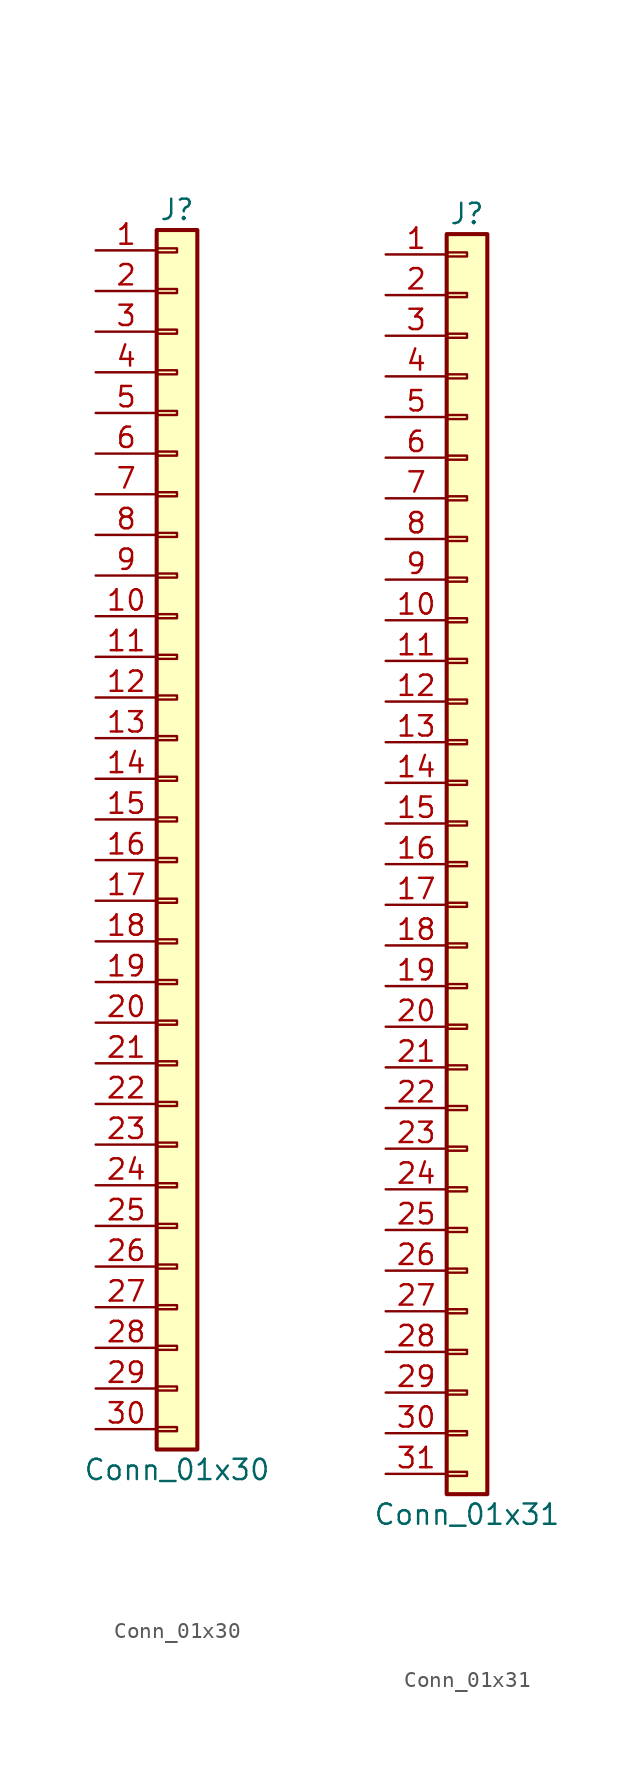
<source format=kicad_sym>
(kicad_symbol_lib
  (version 20201005)
  (generator kicad_symbol_editor)
  (symbol "Conn_01x30"
    (pin_names
      (offset 1.016) hide)
    (property "Reference" "J"
      (at 0 38.1 0)
      (effects (font (size 1.27 1.27))))
    (property "Value" "Conn_01x30"
      (at 0 -40.64 0)
      (effects (font (size 1.27 1.27))))
    (symbol "Conn_01x30_1_1"
      (rectangle (start -1.27 -37.973) (end 0 -38.227) (stroke (width 0.152)) (fill (type none)))
      (rectangle (start -1.27 -35.433) (end 0 -35.687) (stroke (width 0.152)) (fill (type none)))
      (rectangle (start -1.27 -32.893) (end 0 -33.147) (stroke (width 0.152)) (fill (type none)))
      (rectangle (start -1.27 -30.353) (end 0 -30.607) (stroke (width 0.152)) (fill (type none)))
      (rectangle (start -1.27 -27.813) (end 0 -28.067) (stroke (width 0.152)) (fill (type none)))
      (rectangle (start -1.27 -25.273) (end 0 -25.527) (stroke (width 0.152)) (fill (type none)))
      (rectangle (start -1.27 -22.733) (end 0 -22.987) (stroke (width 0.152)) (fill (type none)))
      (rectangle (start -1.27 -20.193) (end 0 -20.447) (stroke (width 0.152)) (fill (type none)))
      (rectangle (start -1.27 -17.653) (end 0 -17.907) (stroke (width 0.152)) (fill (type none)))
      (rectangle (start -1.27 -15.113) (end 0 -15.367) (stroke (width 0.152)) (fill (type none)))
      (rectangle (start -1.27 -12.573) (end 0 -12.827) (stroke (width 0.152)) (fill (type none)))
      (rectangle (start -1.27 -10.033) (end 0 -10.287) (stroke (width 0.152)) (fill (type none)))
      (rectangle (start -1.27 -7.493) (end 0 -7.747) (stroke (width 0.152)) (fill (type none)))
      (rectangle (start -1.27 -4.953) (end 0 -5.207) (stroke (width 0.152)) (fill (type none)))
      (rectangle (start -1.27 -2.413) (end 0 -2.667) (stroke (width 0.152)) (fill (type none)))
      (rectangle (start -1.27 0.127) (end 0 -0.127) (stroke (width 0.152)) (fill (type none)))
      (rectangle (start -1.27 2.667) (end 0 2.413) (stroke (width 0.152)) (fill (type none)))
      (rectangle (start -1.27 5.207) (end 0 4.953) (stroke (width 0.152)) (fill (type none)))
      (rectangle (start -1.27 7.747) (end 0 7.493) (stroke (width 0.152)) (fill (type none)))
      (rectangle (start -1.27 10.287) (end 0 10.033) (stroke (width 0.152)) (fill (type none)))
      (rectangle (start -1.27 12.827) (end 0 12.573) (stroke (width 0.152)) (fill (type none)))
      (rectangle (start -1.27 15.367) (end 0 15.113) (stroke (width 0.152)) (fill (type none)))
      (rectangle (start -1.27 17.907) (end 0 17.653) (stroke (width 0.152)) (fill (type none)))
      (rectangle (start -1.27 20.447) (end 0 20.193) (stroke (width 0.152)) (fill (type none)))
      (rectangle (start -1.27 22.987) (end 0 22.733) (stroke (width 0.152)) (fill (type none)))
      (rectangle (start -1.27 25.527) (end 0 25.273) (stroke (width 0.152)) (fill (type none)))
      (rectangle (start -1.27 28.067) (end 0 27.813) (stroke (width 0.152)) (fill (type none)))
      (rectangle (start -1.27 30.607) (end 0 30.353) (stroke (width 0.152)) (fill (type none)))
      (rectangle (start -1.27 33.147) (end 0 32.893) (stroke (width 0.152)) (fill (type none)))
      (rectangle (start -1.27 35.687) (end 0 35.433) (stroke (width 0.152)) (fill (type none)))
      (rectangle (start -1.27 36.83) (end 1.27 -39.37) (stroke (width 0.254)) (fill (type background)))
      (pin passive line (at -5.08 35.56 0) (length 3.81) (name "Pin_1" (effects (font (size 1.27 1.27)))) (number "1" (effects (font (size 1.27 1.27)))))
      (pin passive line (at -5.08 12.7 0) (length 3.81) (name "Pin_10" (effects (font (size 1.27 1.27)))) (number "10" (effects (font (size 1.27 1.27)))))
      (pin passive line (at -5.08 10.16 0) (length 3.81) (name "Pin_11" (effects (font (size 1.27 1.27)))) (number "11" (effects (font (size 1.27 1.27)))))
      (pin passive line (at -5.08 7.62 0) (length 3.81) (name "Pin_12" (effects (font (size 1.27 1.27)))) (number "12" (effects (font (size 1.27 1.27)))))
      (pin passive line (at -5.08 5.08 0) (length 3.81) (name "Pin_13" (effects (font (size 1.27 1.27)))) (number "13" (effects (font (size 1.27 1.27)))))
      (pin passive line (at -5.08 2.54 0) (length 3.81) (name "Pin_14" (effects (font (size 1.27 1.27)))) (number "14" (effects (font (size 1.27 1.27)))))
      (pin passive line (at -5.08 0 0) (length 3.81) (name "Pin_15" (effects (font (size 1.27 1.27)))) (number "15" (effects (font (size 1.27 1.27)))))
      (pin passive line (at -5.08 -2.54 0) (length 3.81) (name "Pin_16" (effects (font (size 1.27 1.27)))) (number "16" (effects (font (size 1.27 1.27)))))
      (pin passive line (at -5.08 -5.08 0) (length 3.81) (name "Pin_17" (effects (font (size 1.27 1.27)))) (number "17" (effects (font (size 1.27 1.27)))))
      (pin passive line (at -5.08 -7.62 0) (length 3.81) (name "Pin_18" (effects (font (size 1.27 1.27)))) (number "18" (effects (font (size 1.27 1.27)))))
      (pin passive line (at -5.08 -10.16 0) (length 3.81) (name "Pin_19" (effects (font (size 1.27 1.27)))) (number "19" (effects (font (size 1.27 1.27)))))
      (pin passive line (at -5.08 33.02 0) (length 3.81) (name "Pin_2" (effects (font (size 1.27 1.27)))) (number "2" (effects (font (size 1.27 1.27)))))
      (pin passive line (at -5.08 -12.7 0) (length 3.81) (name "Pin_20" (effects (font (size 1.27 1.27)))) (number "20" (effects (font (size 1.27 1.27)))))
      (pin passive line (at -5.08 -15.24 0) (length 3.81) (name "Pin_21" (effects (font (size 1.27 1.27)))) (number "21" (effects (font (size 1.27 1.27)))))
      (pin passive line (at -5.08 -17.78 0) (length 3.81) (name "Pin_22" (effects (font (size 1.27 1.27)))) (number "22" (effects (font (size 1.27 1.27)))))
      (pin passive line (at -5.08 -20.32 0) (length 3.81) (name "Pin_23" (effects (font (size 1.27 1.27)))) (number "23" (effects (font (size 1.27 1.27)))))
      (pin passive line (at -5.08 -22.86 0) (length 3.81) (name "Pin_24" (effects (font (size 1.27 1.27)))) (number "24" (effects (font (size 1.27 1.27)))))
      (pin passive line (at -5.08 -25.4 0) (length 3.81) (name "Pin_25" (effects (font (size 1.27 1.27)))) (number "25" (effects (font (size 1.27 1.27)))))
      (pin passive line (at -5.08 -27.94 0) (length 3.81) (name "Pin_26" (effects (font (size 1.27 1.27)))) (number "26" (effects (font (size 1.27 1.27)))))
      (pin passive line (at -5.08 -30.48 0) (length 3.81) (name "Pin_27" (effects (font (size 1.27 1.27)))) (number "27" (effects (font (size 1.27 1.27)))))
      (pin passive line (at -5.08 -33.02 0) (length 3.81) (name "Pin_28" (effects (font (size 1.27 1.27)))) (number "28" (effects (font (size 1.27 1.27)))))
      (pin passive line (at -5.08 -35.56 0) (length 3.81) (name "Pin_29" (effects (font (size 1.27 1.27)))) (number "29" (effects (font (size 1.27 1.27)))))
      (pin passive line (at -5.08 30.48 0) (length 3.81) (name "Pin_3" (effects (font (size 1.27 1.27)))) (number "3" (effects (font (size 1.27 1.27)))))
      (pin passive line (at -5.08 -38.1 0) (length 3.81) (name "Pin_30" (effects (font (size 1.27 1.27)))) (number "30" (effects (font (size 1.27 1.27)))))
      (pin passive line (at -5.08 27.94 0) (length 3.81) (name "Pin_4" (effects (font (size 1.27 1.27)))) (number "4" (effects (font (size 1.27 1.27)))))
      (pin passive line (at -5.08 25.4 0) (length 3.81) (name "Pin_5" (effects (font (size 1.27 1.27)))) (number "5" (effects (font (size 1.27 1.27)))))
      (pin passive line (at -5.08 22.86 0) (length 3.81) (name "Pin_6" (effects (font (size 1.27 1.27)))) (number "6" (effects (font (size 1.27 1.27)))))
      (pin passive line (at -5.08 20.32 0) (length 3.81) (name "Pin_7" (effects (font (size 1.27 1.27)))) (number "7" (effects (font (size 1.27 1.27)))))
      (pin passive line (at -5.08 17.78 0) (length 3.81) (name "Pin_8" (effects (font (size 1.27 1.27)))) (number "8" (effects (font (size 1.27 1.27)))))
      (pin passive line (at -5.08 15.24 0) (length 3.81) (name "Pin_9" (effects (font (size 1.27 1.27)))) (number "9" (effects (font (size 1.27 1.27)))))))
  (symbol "Conn_01x31"
    (pin_names
      (offset 1.016) hide)
    (property "Reference" "J"
      (at 0 40.64 0)
      (effects (font (size 1.27 1.27))))
    (property "Value" "Conn_01x31"
      (at 0 -40.64 0)
      (effects (font (size 1.27 1.27))))
    (symbol "Conn_01x31_1_1"
      (rectangle (start -1.27 -37.973) (end 0 -38.227) (stroke (width 0.152)) (fill (type none)))
      (rectangle (start -1.27 -35.433) (end 0 -35.687) (stroke (width 0.152)) (fill (type none)))
      (rectangle (start -1.27 -32.893) (end 0 -33.147) (stroke (width 0.152)) (fill (type none)))
      (rectangle (start -1.27 -30.353) (end 0 -30.607) (stroke (width 0.152)) (fill (type none)))
      (rectangle (start -1.27 -27.813) (end 0 -28.067) (stroke (width 0.152)) (fill (type none)))
      (rectangle (start -1.27 -25.273) (end 0 -25.527) (stroke (width 0.152)) (fill (type none)))
      (rectangle (start -1.27 -22.733) (end 0 -22.987) (stroke (width 0.152)) (fill (type none)))
      (rectangle (start -1.27 -20.193) (end 0 -20.447) (stroke (width 0.152)) (fill (type none)))
      (rectangle (start -1.27 -17.653) (end 0 -17.907) (stroke (width 0.152)) (fill (type none)))
      (rectangle (start -1.27 -15.113) (end 0 -15.367) (stroke (width 0.152)) (fill (type none)))
      (rectangle (start -1.27 -12.573) (end 0 -12.827) (stroke (width 0.152)) (fill (type none)))
      (rectangle (start -1.27 -10.033) (end 0 -10.287) (stroke (width 0.152)) (fill (type none)))
      (rectangle (start -1.27 -7.493) (end 0 -7.747) (stroke (width 0.152)) (fill (type none)))
      (rectangle (start -1.27 -4.953) (end 0 -5.207) (stroke (width 0.152)) (fill (type none)))
      (rectangle (start -1.27 -2.413) (end 0 -2.667) (stroke (width 0.152)) (fill (type none)))
      (rectangle (start -1.27 0.127) (end 0 -0.127) (stroke (width 0.152)) (fill (type none)))
      (rectangle (start -1.27 2.667) (end 0 2.413) (stroke (width 0.152)) (fill (type none)))
      (rectangle (start -1.27 5.207) (end 0 4.953) (stroke (width 0.152)) (fill (type none)))
      (rectangle (start -1.27 7.747) (end 0 7.493) (stroke (width 0.152)) (fill (type none)))
      (rectangle (start -1.27 10.287) (end 0 10.033) (stroke (width 0.152)) (fill (type none)))
      (rectangle (start -1.27 12.827) (end 0 12.573) (stroke (width 0.152)) (fill (type none)))
      (rectangle (start -1.27 15.367) (end 0 15.113) (stroke (width 0.152)) (fill (type none)))
      (rectangle (start -1.27 17.907) (end 0 17.653) (stroke (width 0.152)) (fill (type none)))
      (rectangle (start -1.27 20.447) (end 0 20.193) (stroke (width 0.152)) (fill (type none)))
      (rectangle (start -1.27 22.987) (end 0 22.733) (stroke (width 0.152)) (fill (type none)))
      (rectangle (start -1.27 25.527) (end 0 25.273) (stroke (width 0.152)) (fill (type none)))
      (rectangle (start -1.27 28.067) (end 0 27.813) (stroke (width 0.152)) (fill (type none)))
      (rectangle (start -1.27 30.607) (end 0 30.353) (stroke (width 0.152)) (fill (type none)))
      (rectangle (start -1.27 33.147) (end 0 32.893) (stroke (width 0.152)) (fill (type none)))
      (rectangle (start -1.27 35.687) (end 0 35.433) (stroke (width 0.152)) (fill (type none)))
      (rectangle (start -1.27 38.227) (end 0 37.973) (stroke (width 0.152)) (fill (type none)))
      (rectangle (start -1.27 39.37) (end 1.27 -39.37) (stroke (width 0.254)) (fill (type background)))
      (pin passive line (at -5.08 38.1 0) (length 3.81) (name "Pin_1" (effects (font (size 1.27 1.27)))) (number "1" (effects (font (size 1.27 1.27)))))
      (pin passive line (at -5.08 15.24 0) (length 3.81) (name "Pin_10" (effects (font (size 1.27 1.27)))) (number "10" (effects (font (size 1.27 1.27)))))
      (pin passive line (at -5.08 12.7 0) (length 3.81) (name "Pin_11" (effects (font (size 1.27 1.27)))) (number "11" (effects (font (size 1.27 1.27)))))
      (pin passive line (at -5.08 10.16 0) (length 3.81) (name "Pin_12" (effects (font (size 1.27 1.27)))) (number "12" (effects (font (size 1.27 1.27)))))
      (pin passive line (at -5.08 7.62 0) (length 3.81) (name "Pin_13" (effects (font (size 1.27 1.27)))) (number "13" (effects (font (size 1.27 1.27)))))
      (pin passive line (at -5.08 5.08 0) (length 3.81) (name "Pin_14" (effects (font (size 1.27 1.27)))) (number "14" (effects (font (size 1.27 1.27)))))
      (pin passive line (at -5.08 2.54 0) (length 3.81) (name "Pin_15" (effects (font (size 1.27 1.27)))) (number "15" (effects (font (size 1.27 1.27)))))
      (pin passive line (at -5.08 0 0) (length 3.81) (name "Pin_16" (effects (font (size 1.27 1.27)))) (number "16" (effects (font (size 1.27 1.27)))))
      (pin passive line (at -5.08 -2.54 0) (length 3.81) (name "Pin_17" (effects (font (size 1.27 1.27)))) (number "17" (effects (font (size 1.27 1.27)))))
      (pin passive line (at -5.08 -5.08 0) (length 3.81) (name "Pin_18" (effects (font (size 1.27 1.27)))) (number "18" (effects (font (size 1.27 1.27)))))
      (pin passive line (at -5.08 -7.62 0) (length 3.81) (name "Pin_19" (effects (font (size 1.27 1.27)))) (number "19" (effects (font (size 1.27 1.27)))))
      (pin passive line (at -5.08 35.56 0) (length 3.81) (name "Pin_2" (effects (font (size 1.27 1.27)))) (number "2" (effects (font (size 1.27 1.27)))))
      (pin passive line (at -5.08 -10.16 0) (length 3.81) (name "Pin_20" (effects (font (size 1.27 1.27)))) (number "20" (effects (font (size 1.27 1.27)))))
      (pin passive line (at -5.08 -12.7 0) (length 3.81) (name "Pin_21" (effects (font (size 1.27 1.27)))) (number "21" (effects (font (size 1.27 1.27)))))
      (pin passive line (at -5.08 -15.24 0) (length 3.81) (name "Pin_22" (effects (font (size 1.27 1.27)))) (number "22" (effects (font (size 1.27 1.27)))))
      (pin passive line (at -5.08 -17.78 0) (length 3.81) (name "Pin_23" (effects (font (size 1.27 1.27)))) (number "23" (effects (font (size 1.27 1.27)))))
      (pin passive line (at -5.08 -20.32 0) (length 3.81) (name "Pin_24" (effects (font (size 1.27 1.27)))) (number "24" (effects (font (size 1.27 1.27)))))
      (pin passive line (at -5.08 -22.86 0) (length 3.81) (name "Pin_25" (effects (font (size 1.27 1.27)))) (number "25" (effects (font (size 1.27 1.27)))))
      (pin passive line (at -5.08 -25.4 0) (length 3.81) (name "Pin_26" (effects (font (size 1.27 1.27)))) (number "26" (effects (font (size 1.27 1.27)))))
      (pin passive line (at -5.08 -27.94 0) (length 3.81) (name "Pin_27" (effects (font (size 1.27 1.27)))) (number "27" (effects (font (size 1.27 1.27)))))
      (pin passive line (at -5.08 -30.48 0) (length 3.81) (name "Pin_28" (effects (font (size 1.27 1.27)))) (number "28" (effects (font (size 1.27 1.27)))))
      (pin passive line (at -5.08 -33.02 0) (length 3.81) (name "Pin_29" (effects (font (size 1.27 1.27)))) (number "29" (effects (font (size 1.27 1.27)))))
      (pin passive line (at -5.08 33.02 0) (length 3.81) (name "Pin_3" (effects (font (size 1.27 1.27)))) (number "3" (effects (font (size 1.27 1.27)))))
      (pin passive line (at -5.08 -35.56 0) (length 3.81) (name "Pin_30" (effects (font (size 1.27 1.27)))) (number "30" (effects (font (size 1.27 1.27)))))
      (pin passive line (at -5.08 -38.1 0) (length 3.81) (name "Pin_31" (effects (font (size 1.27 1.27)))) (number "31" (effects (font (size 1.27 1.27)))))
      (pin passive line (at -5.08 30.48 0) (length 3.81) (name "Pin_4" (effects (font (size 1.27 1.27)))) (number "4" (effects (font (size 1.27 1.27)))))
      (pin passive line (at -5.08 27.94 0) (length 3.81) (name "Pin_5" (effects (font (size 1.27 1.27)))) (number "5" (effects (font (size 1.27 1.27)))))
      (pin passive line (at -5.08 25.4 0) (length 3.81) (name "Pin_6" (effects (font (size 1.27 1.27)))) (number "6" (effects (font (size 1.27 1.27)))))
      (pin passive line (at -5.08 22.86 0) (length 3.81) (name "Pin_7" (effects (font (size 1.27 1.27)))) (number "7" (effects (font (size 1.27 1.27)))))
      (pin passive line (at -5.08 20.32 0) (length 3.81) (name "Pin_8" (effects (font (size 1.27 1.27)))) (number "8" (effects (font (size 1.27 1.27)))))
      (pin passive line (at -5.08 17.78 0) (length 3.81) (name "Pin_9" (effects (font (size 1.27 1.27)))) (number "9" (effects (font (size 1.27 1.27))))))))
</source>
